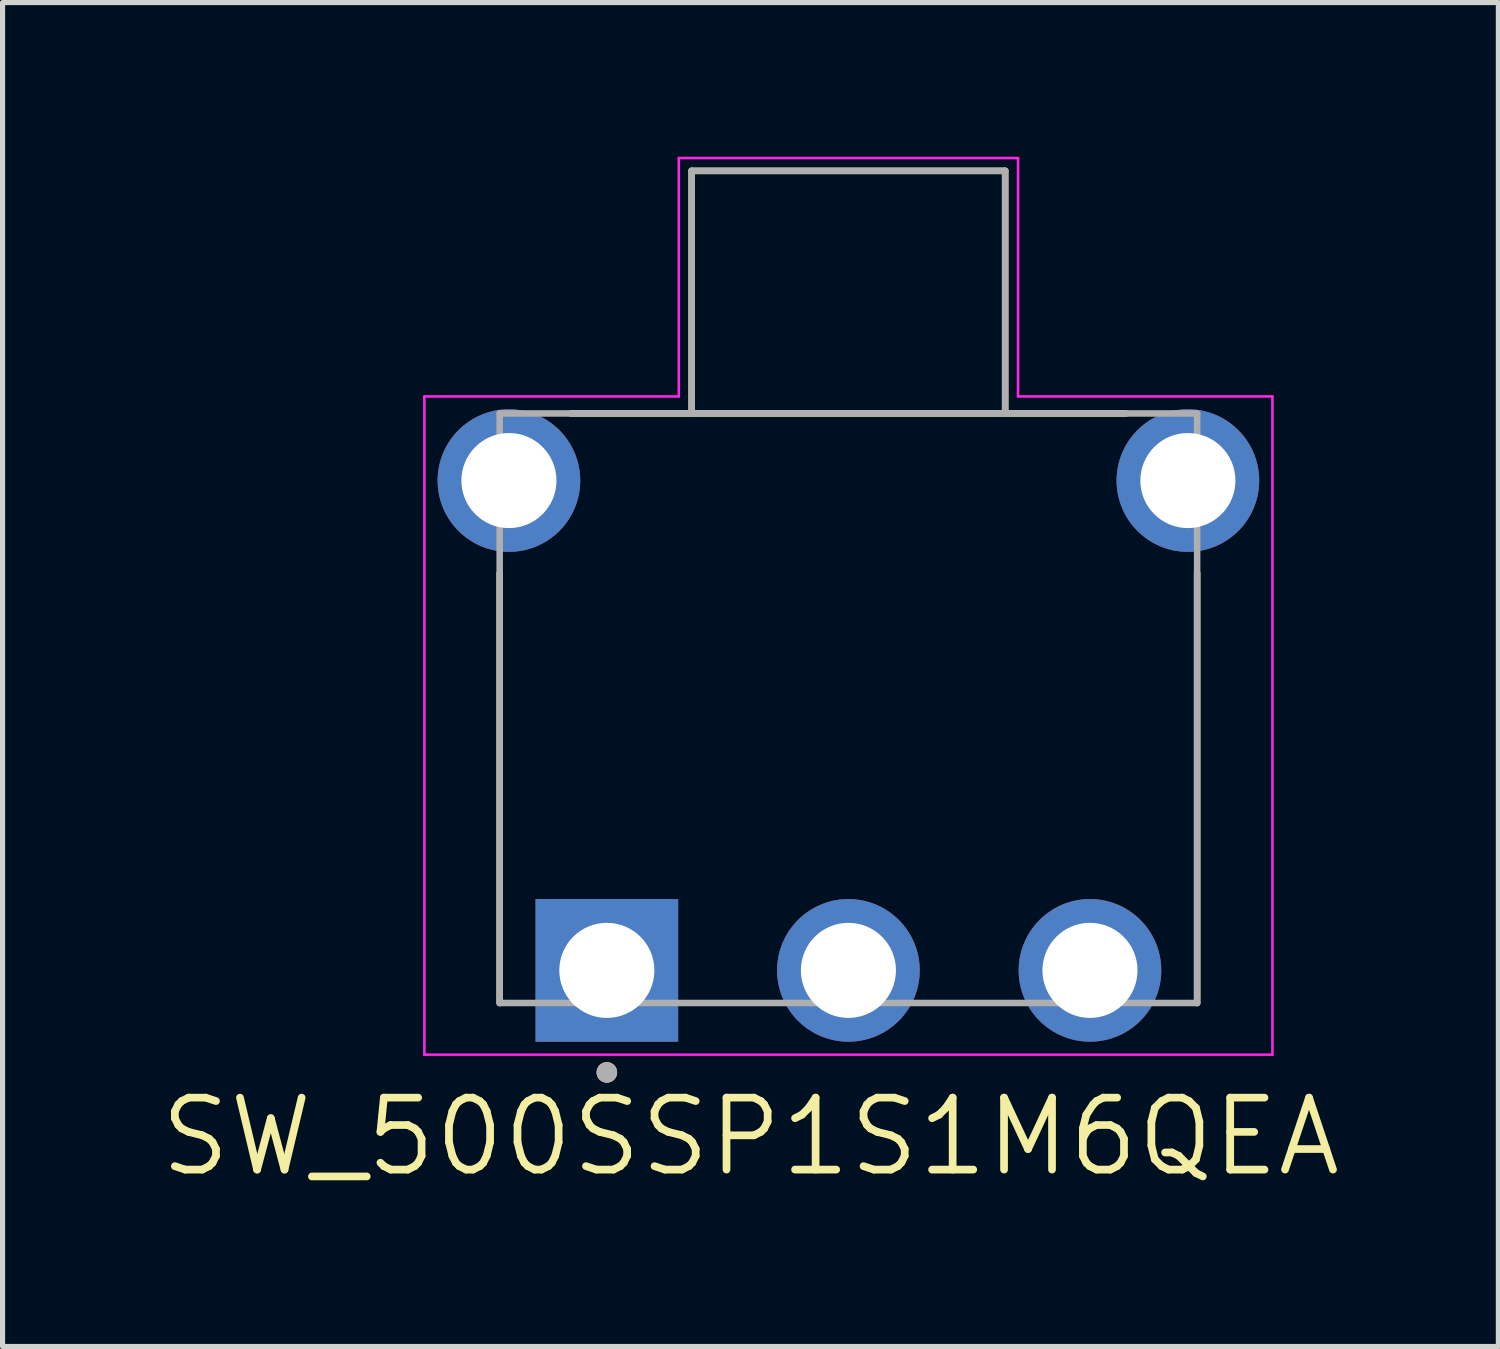
<source format=kicad_pcb>
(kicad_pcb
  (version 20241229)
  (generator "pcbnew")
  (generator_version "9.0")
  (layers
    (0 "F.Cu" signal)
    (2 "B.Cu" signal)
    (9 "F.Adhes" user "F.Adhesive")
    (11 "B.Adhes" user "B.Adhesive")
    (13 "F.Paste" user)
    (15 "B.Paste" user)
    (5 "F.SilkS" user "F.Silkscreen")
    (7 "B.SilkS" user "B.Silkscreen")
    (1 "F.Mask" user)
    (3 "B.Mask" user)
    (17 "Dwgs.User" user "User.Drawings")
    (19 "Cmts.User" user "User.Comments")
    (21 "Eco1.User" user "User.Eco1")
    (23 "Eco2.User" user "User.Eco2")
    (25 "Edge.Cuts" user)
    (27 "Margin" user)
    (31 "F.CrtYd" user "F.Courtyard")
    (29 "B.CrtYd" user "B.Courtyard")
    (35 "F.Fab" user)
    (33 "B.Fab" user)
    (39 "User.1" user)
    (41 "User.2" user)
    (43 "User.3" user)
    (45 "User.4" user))
  (footprint "SW_500SSP1S1M6QEA"
    (layer "F.Cu")
    (at 13.457 11.065)
    (property "Reference" "SW_500SSP1S1M6QEA" (at -1.905 8.001 0) (layer "F.SilkS") (effects (font (size 1.4 1.4) (thickness 0.15))))
    (attr through_hole)
    (fp_line (start -6.785 -2.964) (end -6.785 5.4) (stroke (width 0.127) (type solid)) (layer "F.SilkS"))
    (fp_line (start -5.4 -6.07) (end 5.4 -6.07) (stroke (width 0.127) (type solid)) (layer "F.SilkS"))
    (fp_line (start -3.05 -10.79) (end 3.05 -10.79) (stroke (width 0.127) (type solid)) (layer "F.SilkS"))
    (fp_line (start -3.05 -6.075) (end -3.05 -10.79) (stroke (width 0.127) (type solid)) (layer "F.SilkS"))
    (fp_line (start 3.05 -10.79) (end 3.05 -6.075) (stroke (width 0.127) (type solid)) (layer "F.SilkS"))
    (fp_line (start 6.785 -2.964) (end 6.785 5.4) (stroke (width 0.127) (type solid)) (layer "F.SilkS"))
    (fp_circle (center -4.7 6.75) (end -4.6 6.75) (stroke (width 0.2) (type solid)) (fill no) (layer "F.SilkS"))
    (fp_line (start -8.25 -6.402) (end -8.25 6.405) (stroke (width 0.05) (type solid)) (layer "F.CrtYd"))
    (fp_line (start -8.25 6.405) (end 8.25 6.405) (stroke (width 0.05) (type solid)) (layer "F.CrtYd"))
    (fp_line (start -3.3 -11.04) (end -3.3 -6.402) (stroke (width 0.05) (type solid)) (layer "F.CrtYd"))
    (fp_line (start -3.3 -6.402) (end -8.25 -6.402) (stroke (width 0.05) (type solid)) (layer "F.CrtYd"))
    (fp_line (start 3.3 -11.04) (end -3.3 -11.04) (stroke (width 0.05) (type solid)) (layer "F.CrtYd"))
    (fp_line (start 3.3 -6.402) (end 3.3 -11.04) (stroke (width 0.05) (type solid)) (layer "F.CrtYd"))
    (fp_line (start 8.25 -6.402) (end 3.3 -6.402) (stroke (width 0.05) (type solid)) (layer "F.CrtYd"))
    (fp_line (start 8.25 6.405) (end 8.25 -6.402) (stroke (width 0.05) (type solid)) (layer "F.CrtYd"))
    (fp_line (start -6.785 -6.07) (end -6.785 5.4) (stroke (width 0.127) (type solid)) (layer "F.Fab"))
    (fp_line (start -6.785 5.4) (end 6.785 5.4) (stroke (width 0.127) (type solid)) (layer "F.Fab"))
    (fp_line (start -3.05 -10.79) (end 3.05 -10.79) (stroke (width 0.127) (type solid)) (layer "F.Fab"))
    (fp_line (start -3.05 -6.07) (end -6.785 -6.07) (stroke (width 0.127) (type solid)) (layer "F.Fab"))
    (fp_line (start -3.05 -6.07) (end -3.05 -10.79) (stroke (width 0.127) (type solid)) (layer "F.Fab"))
    (fp_line (start 3.05 -10.79) (end 3.05 -6.07) (stroke (width 0.127) (type solid)) (layer "F.Fab"))
    (fp_line (start 3.05 -6.07) (end -3.05 -6.07) (stroke (width 0.127) (type solid)) (layer "F.Fab"))
    (fp_line (start 6.785 -6.07) (end 3.05 -6.07) (stroke (width 0.127) (type solid)) (layer "F.Fab"))
    (fp_line (start 6.785 5.4) (end 6.785 -6.07) (stroke (width 0.127) (type solid)) (layer "F.Fab"))
    (fp_circle (center -4.7 6.75) (end -4.6 6.75) (stroke (width 0.2) (type solid)) (fill no) (layer "F.Fab"))
    (pad "1" thru_hole rect (at -4.7 4.765) (size 2.775 2.775) (drill 1.85) (layers "*.Cu" "*.Mask"))
    (pad "2" thru_hole circle (at 0 4.765) (size 2.775 2.775) (drill 1.85) (layers "*.Cu" "*.Mask"))
    (pad "3" thru_hole circle (at 4.7 4.765) (size 2.775 2.775) (drill 1.85) (layers "*.Cu" "*.Mask"))
    (pad "S1" thru_hole circle (at -6.605 -4.765) (size 2.775 2.775) (drill 1.85) (layers "*.Cu" "*.Mask"))
    (pad "S2" thru_hole circle (at 6.605 -4.765) (size 2.775 2.775) (drill 1.85) (layers "*.Cu" "*.Mask")))
  (gr_rect
    (start -3 -3)
    (end 26.103 23.148)
    (stroke (width 0.1) (type default))
    (fill no)
    (layer "Edge.Cuts")))
</source>
